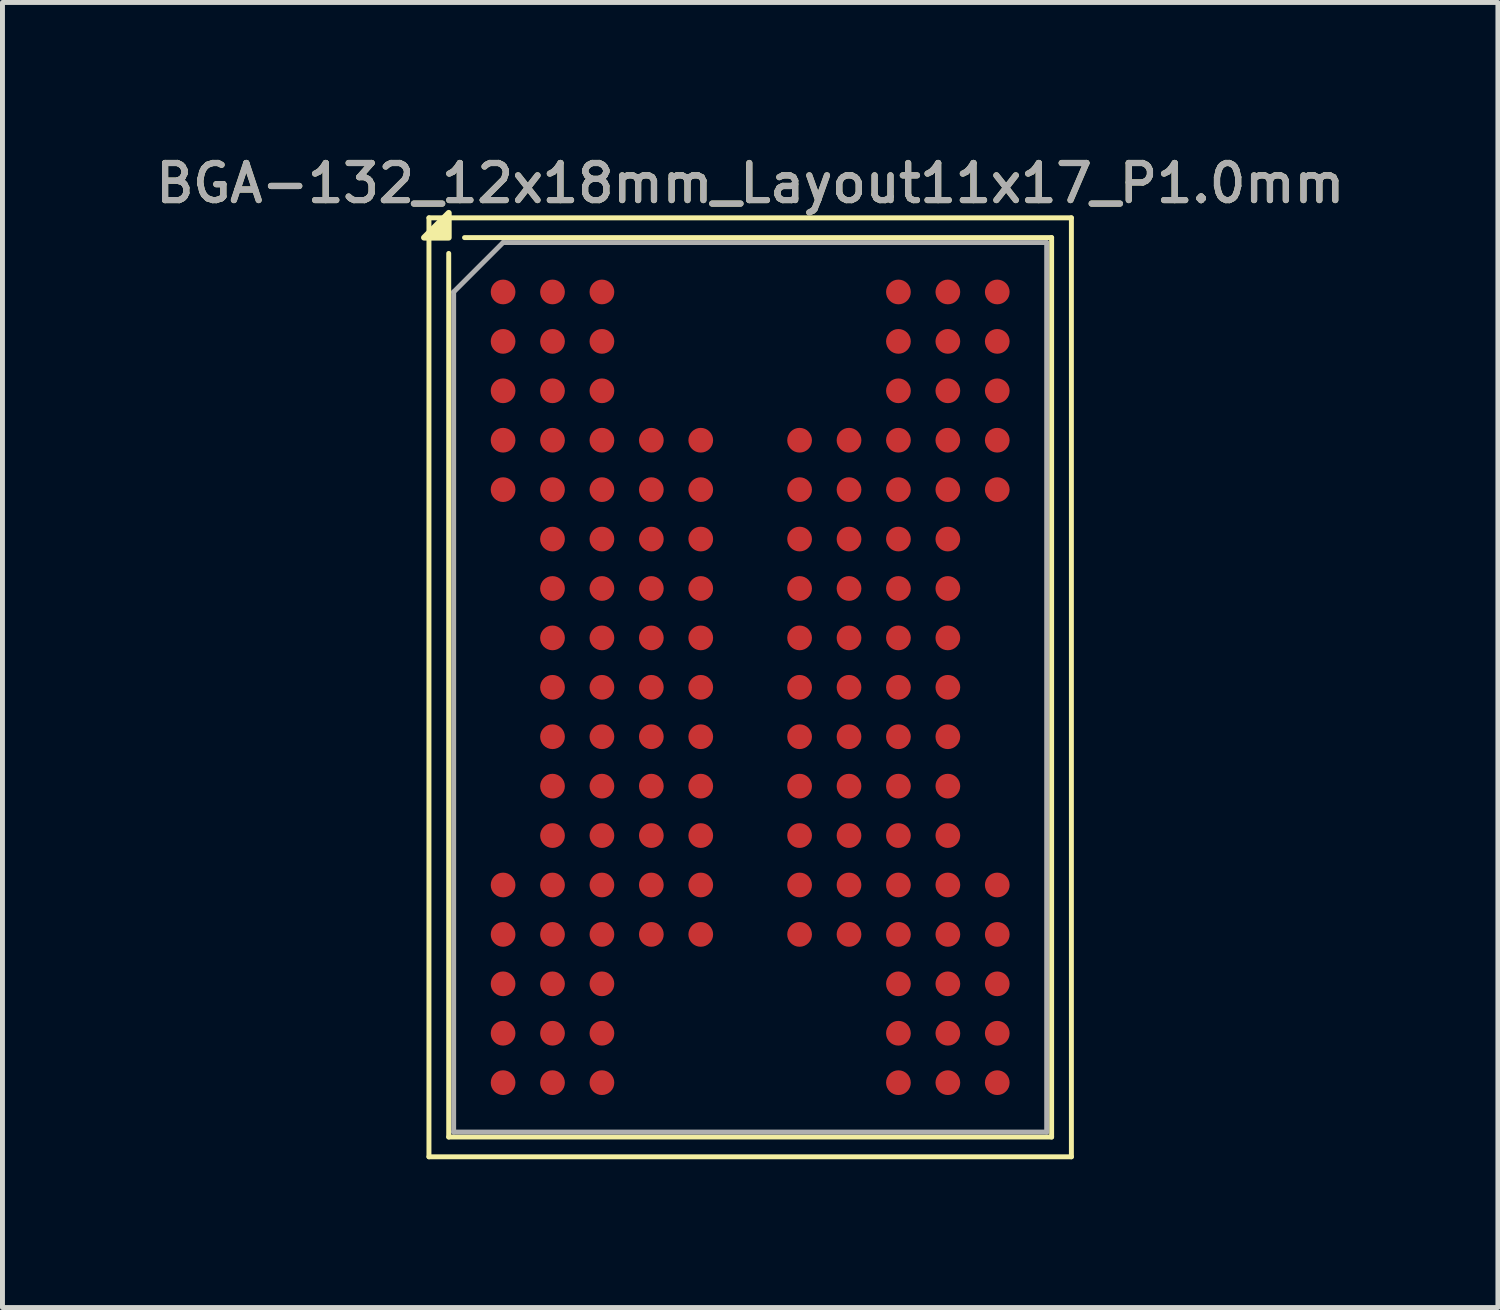
<source format=kicad_pcb>
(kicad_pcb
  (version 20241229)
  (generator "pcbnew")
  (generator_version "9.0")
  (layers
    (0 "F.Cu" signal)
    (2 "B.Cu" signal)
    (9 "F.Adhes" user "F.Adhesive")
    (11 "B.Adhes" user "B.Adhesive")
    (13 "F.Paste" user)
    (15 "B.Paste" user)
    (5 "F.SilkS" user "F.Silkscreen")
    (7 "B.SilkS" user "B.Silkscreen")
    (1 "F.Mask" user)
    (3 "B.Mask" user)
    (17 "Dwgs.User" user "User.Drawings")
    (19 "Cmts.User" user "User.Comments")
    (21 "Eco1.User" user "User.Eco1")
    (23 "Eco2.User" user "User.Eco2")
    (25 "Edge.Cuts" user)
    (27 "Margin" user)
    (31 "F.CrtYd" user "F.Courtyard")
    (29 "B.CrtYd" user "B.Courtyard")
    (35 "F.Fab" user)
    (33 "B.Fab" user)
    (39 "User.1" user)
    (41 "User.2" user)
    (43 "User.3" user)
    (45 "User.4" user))
  (footprint "BGA-132_12x18mm_Layout11x17_P1.0mm"
    (layer "F.Cu")
    (at 12.13 10.858)
    (property "Reference" "BGA-132_12x18mm_Layout11x17_P1.0mm" (at 0 -10.2 0) (layer "F.SilkS") (effects (font (size 0.75 0.75) (thickness 0.125))))
    (attr smd)
    (fp_line (start -6.5 -9.5) (end 6.5 -9.5) (stroke (width 0.1) (type solid)) (layer "F.SilkS"))
    (fp_line (start -6.5 9.5) (end -6.5 -9.5) (stroke (width 0.1) (type solid)) (layer "F.SilkS"))
    (fp_line (start -6.1 9.1) (end -6.1 -8.78) (stroke (width 0.1) (type solid)) (layer "F.SilkS"))
    (fp_line (start -6.1 9.1) (end 6.1 9.1) (stroke (width 0.1) (type solid)) (layer "F.SilkS"))
    (fp_line (start -5.78 -9.1) (end 6.1 -9.1) (stroke (width 0.1) (type solid)) (layer "F.SilkS"))
    (fp_line (start 6.1 -9.1) (end 6.1 9.1) (stroke (width 0.1) (type solid)) (layer "F.SilkS"))
    (fp_line (start 6.5 -9.5) (end 6.5 9.5) (stroke (width 0.1) (type solid)) (layer "F.SilkS"))
    (fp_line (start 6.5 9.5) (end -6.5 9.5) (stroke (width 0.1) (type solid)) (layer "F.SilkS"))
    (fp_poly (pts (xy -6.1 -9.1) (xy -6.6 -9.1) (xy -6.1 -9.6) (xy -6.1 -9.1)) (stroke (width 0.12) (type solid)) (fill yes) (layer "F.SilkS"))
    (fp_line (start -6 -8) (end -6 9) (stroke (width 0.1) (type solid)) (layer "F.Fab"))
    (fp_line (start -5 -9) (end -6 -8) (stroke (width 0.1) (type solid)) (layer "F.Fab"))
    (fp_line (start 6 -9) (end -5 -9) (stroke (width 0.1) (type solid)) (layer "F.Fab"))
    (fp_line (start 6 9) (end -6 9) (stroke (width 0.1) (type solid)) (layer "F.Fab"))
    (fp_line (start 6 9) (end 6 -9) (stroke (width 0.1) (type solid)) (layer "F.Fab"))
    (fp_text user "${REFERENCE}" (at 0 -10.2 0) (layer "F.Fab") (effects (font (size 0.75 0.75) (thickness 0.125))))
    (pad "A1" smd circle (at -5 -8) (size 0.5 0.5) (property pad_prop_bga) (layers "F.Cu" "F.Mask" "F.Paste"))
    (pad "A2" smd circle (at -4 -8) (size 0.5 0.5) (property pad_prop_bga) (layers "F.Cu" "F.Mask" "F.Paste"))
    (pad "A3" smd circle (at -3 -8) (size 0.5 0.5) (property pad_prop_bga) (layers "F.Cu" "F.Mask" "F.Paste"))
    (pad "A9" smd circle (at 3 -8) (size 0.5 0.5) (property pad_prop_bga) (layers "F.Cu" "F.Mask" "F.Paste"))
    (pad "A10" smd circle (at 4 -8) (size 0.5 0.5) (property pad_prop_bga) (layers "F.Cu" "F.Mask" "F.Paste"))
    (pad "A11" smd circle (at 5 -8) (size 0.5 0.5) (property pad_prop_bga) (layers "F.Cu" "F.Mask" "F.Paste"))
    (pad "B1" smd circle (at -5 -7) (size 0.5 0.5) (property pad_prop_bga) (layers "F.Cu" "F.Mask" "F.Paste"))
    (pad "B2" smd circle (at -4 -7) (size 0.5 0.5) (property pad_prop_bga) (layers "F.Cu" "F.Mask" "F.Paste"))
    (pad "B3" smd circle (at -3 -7) (size 0.5 0.5) (property pad_prop_bga) (layers "F.Cu" "F.Mask" "F.Paste"))
    (pad "B9" smd circle (at 3 -7) (size 0.5 0.5) (property pad_prop_bga) (layers "F.Cu" "F.Mask" "F.Paste"))
    (pad "B10" smd circle (at 4 -7) (size 0.5 0.5) (property pad_prop_bga) (layers "F.Cu" "F.Mask" "F.Paste"))
    (pad "B11" smd circle (at 5 -7) (size 0.5 0.5) (property pad_prop_bga) (layers "F.Cu" "F.Mask" "F.Paste"))
    (pad "C1" smd circle (at -5 -6) (size 0.5 0.5) (property pad_prop_bga) (layers "F.Cu" "F.Mask" "F.Paste"))
    (pad "C2" smd circle (at -4 -6) (size 0.5 0.5) (property pad_prop_bga) (layers "F.Cu" "F.Mask" "F.Paste"))
    (pad "C3" smd circle (at -3 -6) (size 0.5 0.5) (property pad_prop_bga) (layers "F.Cu" "F.Mask" "F.Paste"))
    (pad "C9" smd circle (at 3 -6) (size 0.5 0.5) (property pad_prop_bga) (layers "F.Cu" "F.Mask" "F.Paste"))
    (pad "C10" smd circle (at 4 -6) (size 0.5 0.5) (property pad_prop_bga) (layers "F.Cu" "F.Mask" "F.Paste"))
    (pad "C11" smd circle (at 5 -6) (size 0.5 0.5) (property pad_prop_bga) (layers "F.Cu" "F.Mask" "F.Paste"))
    (pad "D1" smd circle (at -5 -5) (size 0.5 0.5) (property pad_prop_bga) (layers "F.Cu" "F.Mask" "F.Paste"))
    (pad "D2" smd circle (at -4 -5) (size 0.5 0.5) (property pad_prop_bga) (layers "F.Cu" "F.Mask" "F.Paste"))
    (pad "D3" smd circle (at -3 -5) (size 0.5 0.5) (property pad_prop_bga) (layers "F.Cu" "F.Mask" "F.Paste"))
    (pad "D4" smd circle (at -2 -5) (size 0.5 0.5) (property pad_prop_bga) (layers "F.Cu" "F.Mask" "F.Paste"))
    (pad "D5" smd circle (at -1 -5) (size 0.5 0.5) (property pad_prop_bga) (layers "F.Cu" "F.Mask" "F.Paste"))
    (pad "D7" smd circle (at 1 -5) (size 0.5 0.5) (property pad_prop_bga) (layers "F.Cu" "F.Mask" "F.Paste"))
    (pad "D8" smd circle (at 2 -5) (size 0.5 0.5) (property pad_prop_bga) (layers "F.Cu" "F.Mask" "F.Paste"))
    (pad "D9" smd circle (at 3 -5) (size 0.5 0.5) (property pad_prop_bga) (layers "F.Cu" "F.Mask" "F.Paste"))
    (pad "D10" smd circle (at 4 -5) (size 0.5 0.5) (property pad_prop_bga) (layers "F.Cu" "F.Mask" "F.Paste"))
    (pad "D11" smd circle (at 5 -5) (size 0.5 0.5) (property pad_prop_bga) (layers "F.Cu" "F.Mask" "F.Paste"))
    (pad "E1" smd circle (at -5 -4) (size 0.5 0.5) (property pad_prop_bga) (layers "F.Cu" "F.Mask" "F.Paste"))
    (pad "E2" smd circle (at -4 -4) (size 0.5 0.5) (property pad_prop_bga) (layers "F.Cu" "F.Mask" "F.Paste"))
    (pad "E3" smd circle (at -3 -4) (size 0.5 0.5) (property pad_prop_bga) (layers "F.Cu" "F.Mask" "F.Paste"))
    (pad "E4" smd circle (at -2 -4) (size 0.5 0.5) (property pad_prop_bga) (layers "F.Cu" "F.Mask" "F.Paste"))
    (pad "E5" smd circle (at -1 -4) (size 0.5 0.5) (property pad_prop_bga) (layers "F.Cu" "F.Mask" "F.Paste"))
    (pad "E7" smd circle (at 1 -4) (size 0.5 0.5) (property pad_prop_bga) (layers "F.Cu" "F.Mask" "F.Paste"))
    (pad "E8" smd circle (at 2 -4) (size 0.5 0.5) (property pad_prop_bga) (layers "F.Cu" "F.Mask" "F.Paste"))
    (pad "E9" smd circle (at 3 -4) (size 0.5 0.5) (property pad_prop_bga) (layers "F.Cu" "F.Mask" "F.Paste"))
    (pad "E10" smd circle (at 4 -4) (size 0.5 0.5) (property pad_prop_bga) (layers "F.Cu" "F.Mask" "F.Paste"))
    (pad "E11" smd circle (at 5 -4) (size 0.5 0.5) (property pad_prop_bga) (layers "F.Cu" "F.Mask" "F.Paste"))
    (pad "F2" smd circle (at -4 -3) (size 0.5 0.5) (property pad_prop_bga) (layers "F.Cu" "F.Mask" "F.Paste"))
    (pad "F3" smd circle (at -3 -3) (size 0.5 0.5) (property pad_prop_bga) (layers "F.Cu" "F.Mask" "F.Paste"))
    (pad "F4" smd circle (at -2 -3) (size 0.5 0.5) (property pad_prop_bga) (layers "F.Cu" "F.Mask" "F.Paste"))
    (pad "F5" smd circle (at -1 -3) (size 0.5 0.5) (property pad_prop_bga) (layers "F.Cu" "F.Mask" "F.Paste"))
    (pad "F7" smd circle (at 1 -3) (size 0.5 0.5) (property pad_prop_bga) (layers "F.Cu" "F.Mask" "F.Paste"))
    (pad "F8" smd circle (at 2 -3) (size 0.5 0.5) (property pad_prop_bga) (layers "F.Cu" "F.Mask" "F.Paste"))
    (pad "F9" smd circle (at 3 -3) (size 0.5 0.5) (property pad_prop_bga) (layers "F.Cu" "F.Mask" "F.Paste"))
    (pad "F10" smd circle (at 4 -3) (size 0.5 0.5) (property pad_prop_bga) (layers "F.Cu" "F.Mask" "F.Paste"))
    (pad "G2" smd circle (at -4 -2) (size 0.5 0.5) (property pad_prop_bga) (layers "F.Cu" "F.Mask" "F.Paste"))
    (pad "G3" smd circle (at -3 -2) (size 0.5 0.5) (property pad_prop_bga) (layers "F.Cu" "F.Mask" "F.Paste"))
    (pad "G4" smd circle (at -2 -2) (size 0.5 0.5) (property pad_prop_bga) (layers "F.Cu" "F.Mask" "F.Paste"))
    (pad "G5" smd circle (at -1 -2) (size 0.5 0.5) (property pad_prop_bga) (layers "F.Cu" "F.Mask" "F.Paste"))
    (pad "G7" smd circle (at 1 -2) (size 0.5 0.5) (property pad_prop_bga) (layers "F.Cu" "F.Mask" "F.Paste"))
    (pad "G8" smd circle (at 2 -2) (size 0.5 0.5) (property pad_prop_bga) (layers "F.Cu" "F.Mask" "F.Paste"))
    (pad "G9" smd circle (at 3 -2) (size 0.5 0.5) (property pad_prop_bga) (layers "F.Cu" "F.Mask" "F.Paste"))
    (pad "G10" smd circle (at 4 -2) (size 0.5 0.5) (property pad_prop_bga) (layers "F.Cu" "F.Mask" "F.Paste"))
    (pad "H2" smd circle (at -4 -1) (size 0.5 0.5) (property pad_prop_bga) (layers "F.Cu" "F.Mask" "F.Paste"))
    (pad "H3" smd circle (at -3 -1) (size 0.5 0.5) (property pad_prop_bga) (layers "F.Cu" "F.Mask" "F.Paste"))
    (pad "H4" smd circle (at -2 -1) (size 0.5 0.5) (property pad_prop_bga) (layers "F.Cu" "F.Mask" "F.Paste"))
    (pad "H5" smd circle (at -1 -1) (size 0.5 0.5) (property pad_prop_bga) (layers "F.Cu" "F.Mask" "F.Paste"))
    (pad "H7" smd circle (at 1 -1) (size 0.5 0.5) (property pad_prop_bga) (layers "F.Cu" "F.Mask" "F.Paste"))
    (pad "H8" smd circle (at 2 -1) (size 0.5 0.5) (property pad_prop_bga) (layers "F.Cu" "F.Mask" "F.Paste"))
    (pad "H9" smd circle (at 3 -1) (size 0.5 0.5) (property pad_prop_bga) (layers "F.Cu" "F.Mask" "F.Paste"))
    (pad "H10" smd circle (at 4 -1) (size 0.5 0.5) (property pad_prop_bga) (layers "F.Cu" "F.Mask" "F.Paste"))
    (pad "J2" smd circle (at -4 0) (size 0.5 0.5) (property pad_prop_bga) (layers "F.Cu" "F.Mask" "F.Paste"))
    (pad "J3" smd circle (at -3 0) (size 0.5 0.5) (property pad_prop_bga) (layers "F.Cu" "F.Mask" "F.Paste"))
    (pad "J4" smd circle (at -2 0) (size 0.5 0.5) (property pad_prop_bga) (layers "F.Cu" "F.Mask" "F.Paste"))
    (pad "J5" smd circle (at -1 0) (size 0.5 0.5) (property pad_prop_bga) (layers "F.Cu" "F.Mask" "F.Paste"))
    (pad "J7" smd circle (at 1 0) (size 0.5 0.5) (property pad_prop_bga) (layers "F.Cu" "F.Mask" "F.Paste"))
    (pad "J8" smd circle (at 2 0) (size 0.5 0.5) (property pad_prop_bga) (layers "F.Cu" "F.Mask" "F.Paste"))
    (pad "J9" smd circle (at 3 0) (size 0.5 0.5) (property pad_prop_bga) (layers "F.Cu" "F.Mask" "F.Paste"))
    (pad "J10" smd circle (at 4 0) (size 0.5 0.5) (property pad_prop_bga) (layers "F.Cu" "F.Mask" "F.Paste"))
    (pad "K2" smd circle (at -4 1) (size 0.5 0.5) (property pad_prop_bga) (layers "F.Cu" "F.Mask" "F.Paste"))
    (pad "K3" smd circle (at -3 1) (size 0.5 0.5) (property pad_prop_bga) (layers "F.Cu" "F.Mask" "F.Paste"))
    (pad "K4" smd circle (at -2 1) (size 0.5 0.5) (property pad_prop_bga) (layers "F.Cu" "F.Mask" "F.Paste"))
    (pad "K5" smd circle (at -1 1) (size 0.5 0.5) (property pad_prop_bga) (layers "F.Cu" "F.Mask" "F.Paste"))
    (pad "K7" smd circle (at 1 1) (size 0.5 0.5) (property pad_prop_bga) (layers "F.Cu" "F.Mask" "F.Paste"))
    (pad "K8" smd circle (at 2 1) (size 0.5 0.5) (property pad_prop_bga) (layers "F.Cu" "F.Mask" "F.Paste"))
    (pad "K9" smd circle (at 3 1) (size 0.5 0.5) (property pad_prop_bga) (layers "F.Cu" "F.Mask" "F.Paste"))
    (pad "K10" smd circle (at 4 1) (size 0.5 0.5) (property pad_prop_bga) (layers "F.Cu" "F.Mask" "F.Paste"))
    (pad "L2" smd circle (at -4 2) (size 0.5 0.5) (property pad_prop_bga) (layers "F.Cu" "F.Mask" "F.Paste"))
    (pad "L3" smd circle (at -3 2) (size 0.5 0.5) (property pad_prop_bga) (layers "F.Cu" "F.Mask" "F.Paste"))
    (pad "L4" smd circle (at -2 2) (size 0.5 0.5) (property pad_prop_bga) (layers "F.Cu" "F.Mask" "F.Paste"))
    (pad "L5" smd circle (at -1 2) (size 0.5 0.5) (property pad_prop_bga) (layers "F.Cu" "F.Mask" "F.Paste"))
    (pad "L7" smd circle (at 1 2) (size 0.5 0.5) (property pad_prop_bga) (layers "F.Cu" "F.Mask" "F.Paste"))
    (pad "L8" smd circle (at 2 2) (size 0.5 0.5) (property pad_prop_bga) (layers "F.Cu" "F.Mask" "F.Paste"))
    (pad "L9" smd circle (at 3 2) (size 0.5 0.5) (property pad_prop_bga) (layers "F.Cu" "F.Mask" "F.Paste"))
    (pad "L10" smd circle (at 4 2) (size 0.5 0.5) (property pad_prop_bga) (layers "F.Cu" "F.Mask" "F.Paste"))
    (pad "M2" smd circle (at -4 3) (size 0.5 0.5) (property pad_prop_bga) (layers "F.Cu" "F.Mask" "F.Paste"))
    (pad "M3" smd circle (at -3 3) (size 0.5 0.5) (property pad_prop_bga) (layers "F.Cu" "F.Mask" "F.Paste"))
    (pad "M4" smd circle (at -2 3) (size 0.5 0.5) (property pad_prop_bga) (layers "F.Cu" "F.Mask" "F.Paste"))
    (pad "M5" smd circle (at -1 3) (size 0.5 0.5) (property pad_prop_bga) (layers "F.Cu" "F.Mask" "F.Paste"))
    (pad "M7" smd circle (at 1 3) (size 0.5 0.5) (property pad_prop_bga) (layers "F.Cu" "F.Mask" "F.Paste"))
    (pad "M8" smd circle (at 2 3) (size 0.5 0.5) (property pad_prop_bga) (layers "F.Cu" "F.Mask" "F.Paste"))
    (pad "M9" smd circle (at 3 3) (size 0.5 0.5) (property pad_prop_bga) (layers "F.Cu" "F.Mask" "F.Paste"))
    (pad "M10" smd circle (at 4 3) (size 0.5 0.5) (property pad_prop_bga) (layers "F.Cu" "F.Mask" "F.Paste"))
    (pad "N1" smd circle (at -5 4) (size 0.5 0.5) (property pad_prop_bga) (layers "F.Cu" "F.Mask" "F.Paste"))
    (pad "N2" smd circle (at -4 4) (size 0.5 0.5) (property pad_prop_bga) (layers "F.Cu" "F.Mask" "F.Paste"))
    (pad "N3" smd circle (at -3 4) (size 0.5 0.5) (property pad_prop_bga) (layers "F.Cu" "F.Mask" "F.Paste"))
    (pad "N4" smd circle (at -2 4) (size 0.5 0.5) (property pad_prop_bga) (layers "F.Cu" "F.Mask" "F.Paste"))
    (pad "N5" smd circle (at -1 4) (size 0.5 0.5) (property pad_prop_bga) (layers "F.Cu" "F.Mask" "F.Paste"))
    (pad "N7" smd circle (at 1 4) (size 0.5 0.5) (property pad_prop_bga) (layers "F.Cu" "F.Mask" "F.Paste"))
    (pad "N8" smd circle (at 2 4) (size 0.5 0.5) (property pad_prop_bga) (layers "F.Cu" "F.Mask" "F.Paste"))
    (pad "N9" smd circle (at 3 4) (size 0.5 0.5) (property pad_prop_bga) (layers "F.Cu" "F.Mask" "F.Paste"))
    (pad "N10" smd circle (at 4 4) (size 0.5 0.5) (property pad_prop_bga) (layers "F.Cu" "F.Mask" "F.Paste"))
    (pad "N11" smd circle (at 5 4) (size 0.5 0.5) (property pad_prop_bga) (layers "F.Cu" "F.Mask" "F.Paste"))
    (pad "P1" smd circle (at -5 5) (size 0.5 0.5) (property pad_prop_bga) (layers "F.Cu" "F.Mask" "F.Paste"))
    (pad "P2" smd circle (at -4 5) (size 0.5 0.5) (property pad_prop_bga) (layers "F.Cu" "F.Mask" "F.Paste"))
    (pad "P3" smd circle (at -3 5) (size 0.5 0.5) (property pad_prop_bga) (layers "F.Cu" "F.Mask" "F.Paste"))
    (pad "P4" smd circle (at -2 5) (size 0.5 0.5) (property pad_prop_bga) (layers "F.Cu" "F.Mask" "F.Paste"))
    (pad "P5" smd circle (at -1 5) (size 0.5 0.5) (property pad_prop_bga) (layers "F.Cu" "F.Mask" "F.Paste"))
    (pad "P7" smd circle (at 1 5) (size 0.5 0.5) (property pad_prop_bga) (layers "F.Cu" "F.Mask" "F.Paste"))
    (pad "P8" smd circle (at 2 5) (size 0.5 0.5) (property pad_prop_bga) (layers "F.Cu" "F.Mask" "F.Paste"))
    (pad "P9" smd circle (at 3 5) (size 0.5 0.5) (property pad_prop_bga) (layers "F.Cu" "F.Mask" "F.Paste"))
    (pad "P10" smd circle (at 4 5) (size 0.5 0.5) (property pad_prop_bga) (layers "F.Cu" "F.Mask" "F.Paste"))
    (pad "P11" smd circle (at 5 5) (size 0.5 0.5) (property pad_prop_bga) (layers "F.Cu" "F.Mask" "F.Paste"))
    (pad "R1" smd circle (at -5 6) (size 0.5 0.5) (property pad_prop_bga) (layers "F.Cu" "F.Mask" "F.Paste"))
    (pad "R2" smd circle (at -4 6) (size 0.5 0.5) (property pad_prop_bga) (layers "F.Cu" "F.Mask" "F.Paste"))
    (pad "R3" smd circle (at -3 6) (size 0.5 0.5) (property pad_prop_bga) (layers "F.Cu" "F.Mask" "F.Paste"))
    (pad "R9" smd circle (at 3 6) (size 0.5 0.5) (property pad_prop_bga) (layers "F.Cu" "F.Mask" "F.Paste"))
    (pad "R10" smd circle (at 4 6) (size 0.5 0.5) (property pad_prop_bga) (layers "F.Cu" "F.Mask" "F.Paste"))
    (pad "R11" smd circle (at 5 6) (size 0.5 0.5) (property pad_prop_bga) (layers "F.Cu" "F.Mask" "F.Paste"))
    (pad "T1" smd circle (at -5 7) (size 0.5 0.5) (property pad_prop_bga) (layers "F.Cu" "F.Mask" "F.Paste"))
    (pad "T2" smd circle (at -4 7) (size 0.5 0.5) (property pad_prop_bga) (layers "F.Cu" "F.Mask" "F.Paste"))
    (pad "T3" smd circle (at -3 7) (size 0.5 0.5) (property pad_prop_bga) (layers "F.Cu" "F.Mask" "F.Paste"))
    (pad "T9" smd circle (at 3 7) (size 0.5 0.5) (property pad_prop_bga) (layers "F.Cu" "F.Mask" "F.Paste"))
    (pad "T10" smd circle (at 4 7) (size 0.5 0.5) (property pad_prop_bga) (layers "F.Cu" "F.Mask" "F.Paste"))
    (pad "T11" smd circle (at 5 7) (size 0.5 0.5) (property pad_prop_bga) (layers "F.Cu" "F.Mask" "F.Paste"))
    (pad "U1" smd circle (at -5 8) (size 0.5 0.5) (property pad_prop_bga) (layers "F.Cu" "F.Mask" "F.Paste"))
    (pad "U2" smd circle (at -4 8) (size 0.5 0.5) (property pad_prop_bga) (layers "F.Cu" "F.Mask" "F.Paste"))
    (pad "U3" smd circle (at -3 8) (size 0.5 0.5) (property pad_prop_bga) (layers "F.Cu" "F.Mask" "F.Paste"))
    (pad "U9" smd circle (at 3 8) (size 0.5 0.5) (property pad_prop_bga) (layers "F.Cu" "F.Mask" "F.Paste"))
    (pad "U10" smd circle (at 4 8) (size 0.5 0.5) (property pad_prop_bga) (layers "F.Cu" "F.Mask" "F.Paste"))
    (pad "U11" smd circle (at 5 8) (size 0.5 0.5) (property pad_prop_bga) (layers "F.Cu" "F.Mask" "F.Paste")))
  (gr_rect
    (start -3 -3)
    (end 27.261 23.408)
    (stroke (width 0.1) (type default))
    (fill no)
    (layer "Edge.Cuts")))
</source>
